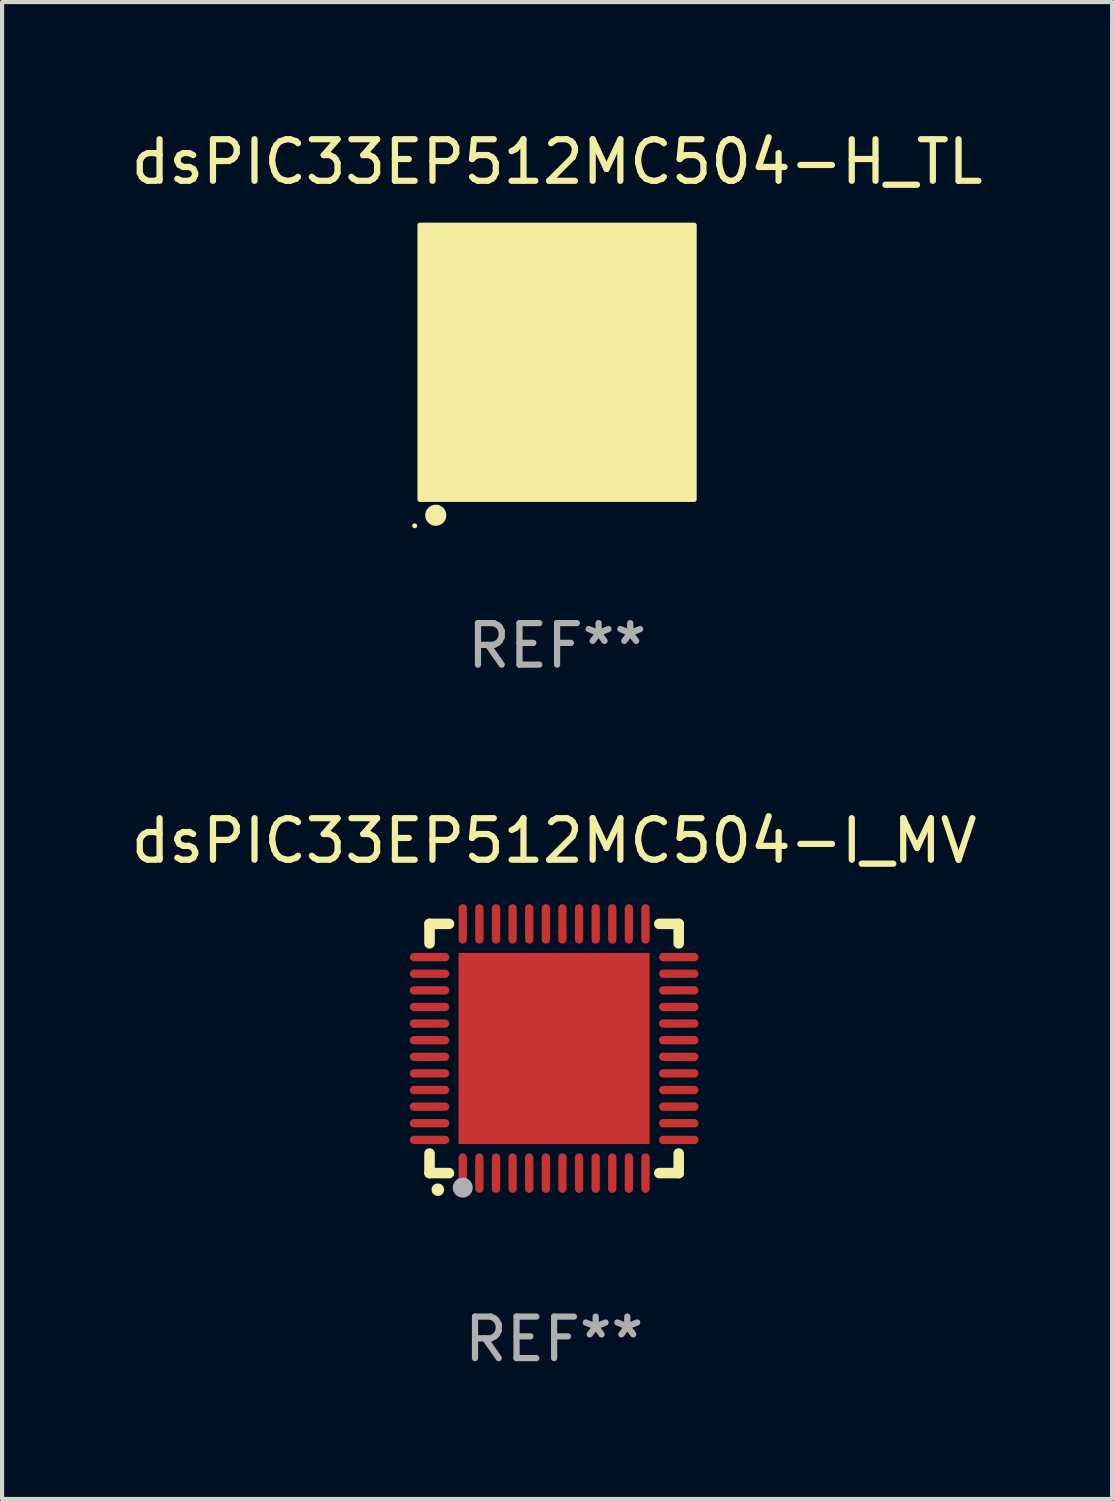
<source format=kicad_pcb>
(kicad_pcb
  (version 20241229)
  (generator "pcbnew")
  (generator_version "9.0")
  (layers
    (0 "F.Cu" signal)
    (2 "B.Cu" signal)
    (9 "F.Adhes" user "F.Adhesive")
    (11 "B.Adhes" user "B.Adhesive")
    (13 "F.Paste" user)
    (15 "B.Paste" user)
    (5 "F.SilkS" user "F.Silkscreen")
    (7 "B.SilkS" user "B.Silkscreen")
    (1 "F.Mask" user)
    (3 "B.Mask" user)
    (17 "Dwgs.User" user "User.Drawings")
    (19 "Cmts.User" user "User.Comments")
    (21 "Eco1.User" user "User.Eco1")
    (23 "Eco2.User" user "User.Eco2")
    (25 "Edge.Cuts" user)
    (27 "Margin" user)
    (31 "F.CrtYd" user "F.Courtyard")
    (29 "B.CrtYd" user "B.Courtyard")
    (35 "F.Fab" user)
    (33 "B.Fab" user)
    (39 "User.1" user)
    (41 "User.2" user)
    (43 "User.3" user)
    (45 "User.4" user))
  (footprint "dsPIC33EP512MC504-I_MV"
    (layer "F.Cu")
    (at 10.292 22.195)
    (property "Reference" "dsPIC33EP512MC504-I_MV" (at 0 -5 0) (layer "F.SilkS") (effects (font (size 1 1) (thickness 0.15))))
    (attr through_hole)
    (fp_line (start -3 -3) (end -2.532 -3) (stroke (width 0.254) (type solid)) (layer "F.SilkS"))
    (fp_line (start -3 -2.532) (end -3 -3) (stroke (width 0.254) (type solid)) (layer "F.SilkS"))
    (fp_line (start -3 3) (end -3 2.529) (stroke (width 0.254) (type solid)) (layer "F.SilkS"))
    (fp_line (start -2.532 3) (end -3 3) (stroke (width 0.254) (type solid)) (layer "F.SilkS"))
    (fp_line (start 2.532 -3) (end 3 -3) (stroke (width 0.254) (type solid)) (layer "F.SilkS"))
    (fp_line (start 3 -3) (end 3 -2.532) (stroke (width 0.254) (type solid)) (layer "F.SilkS"))
    (fp_line (start 3 2.529) (end 3 3) (stroke (width 0.254) (type solid)) (layer "F.SilkS"))
    (fp_line (start 3 3) (end 2.532 3) (stroke (width 0.254) (type solid)) (layer "F.SilkS"))
    (fp_arc (start -2.801295 3.400025) (mid -2.800025 3.40002) (end -2.798755 3.400025) (stroke (width 0.3) (type solid)) (layer "F.SilkS"))
    (fp_circle (center -3 3) (end -2.97 3) (stroke (width 0.06) (type solid)) (fill no) (layer "F.SilkS"))
    (fp_circle (center -2.2 3.35) (end -2.08 3.35) (stroke (width 0.24) (type solid)) (fill no) (layer "F.Fab"))
    (fp_text user "REF**" (at 0 7 0) (layer "F.Fab") (effects (font (size 1 1) (thickness 0.15))))
    (pad "1" smd oval (at -2.2 3) (size 0.2 0.95) (layers "F.Cu" "F.Mask" "F.Paste"))
    (pad "2" smd oval (at -1.8 3) (size 0.2 0.95) (layers "F.Cu" "F.Mask" "F.Paste"))
    (pad "3" smd oval (at -1.4 3) (size 0.2 0.95) (layers "F.Cu" "F.Mask" "F.Paste"))
    (pad "4" smd oval (at -1 3) (size 0.2 0.95) (layers "F.Cu" "F.Mask" "F.Paste"))
    (pad "5" smd oval (at -0.6 3) (size 0.2 0.95) (layers "F.Cu" "F.Mask" "F.Paste"))
    (pad "6" smd oval (at -0.2 3) (size 0.2 0.95) (layers "F.Cu" "F.Mask" "F.Paste"))
    (pad "7" smd oval (at 0.2 3) (size 0.2 0.95) (layers "F.Cu" "F.Mask" "F.Paste"))
    (pad "8" smd oval (at 0.6 3) (size 0.2 0.95) (layers "F.Cu" "F.Mask" "F.Paste"))
    (pad "9" smd oval (at 1 3) (size 0.2 0.95) (layers "F.Cu" "F.Mask" "F.Paste"))
    (pad "10" smd oval (at 1.4 3) (size 0.2 0.95) (layers "F.Cu" "F.Mask" "F.Paste"))
    (pad "11" smd oval (at 1.8 3) (size 0.2 0.95) (layers "F.Cu" "F.Mask" "F.Paste"))
    (pad "12" smd oval (at 2.2 3) (size 0.2 0.95) (layers "F.Cu" "F.Mask" "F.Paste"))
    (pad "13" smd oval (at 3 2.2 90) (size 0.2 0.95) (layers "F.Cu" "F.Mask" "F.Paste"))
    (pad "14" smd oval (at 3 1.8 90) (size 0.2 0.95) (layers "F.Cu" "F.Mask" "F.Paste"))
    (pad "15" smd oval (at 3 1.4 90) (size 0.2 0.95) (layers "F.Cu" "F.Mask" "F.Paste"))
    (pad "16" smd oval (at 3 1 90) (size 0.2 0.95) (layers "F.Cu" "F.Mask" "F.Paste"))
    (pad "17" smd oval (at 3 0.6 90) (size 0.2 0.95) (layers "F.Cu" "F.Mask" "F.Paste"))
    (pad "18" smd oval (at 3 0.2 90) (size 0.2 0.95) (layers "F.Cu" "F.Mask" "F.Paste"))
    (pad "19" smd oval (at 3 -0.2 90) (size 0.2 0.95) (layers "F.Cu" "F.Mask" "F.Paste"))
    (pad "20" smd oval (at 3 -0.6 90) (size 0.2 0.95) (layers "F.Cu" "F.Mask" "F.Paste"))
    (pad "21" smd oval (at 3 -1 90) (size 0.2 0.95) (layers "F.Cu" "F.Mask" "F.Paste"))
    (pad "22" smd oval (at 3 -1.4 90) (size 0.2 0.95) (layers "F.Cu" "F.Mask" "F.Paste"))
    (pad "23" smd oval (at 3 -1.8 90) (size 0.2 0.95) (layers "F.Cu" "F.Mask" "F.Paste"))
    (pad "24" smd oval (at 3 -2.2 90) (size 0.2 0.95) (layers "F.Cu" "F.Mask" "F.Paste"))
    (pad "25" smd oval (at 2.2 -3 180) (size 0.2 0.95) (layers "F.Cu" "F.Mask" "F.Paste"))
    (pad "26" smd oval (at 1.8 -3 180) (size 0.2 0.95) (layers "F.Cu" "F.Mask" "F.Paste"))
    (pad "27" smd oval (at 1.4 -3 180) (size 0.2 0.95) (layers "F.Cu" "F.Mask" "F.Paste"))
    (pad "28" smd oval (at 1 -3 180) (size 0.2 0.95) (layers "F.Cu" "F.Mask" "F.Paste"))
    (pad "29" smd oval (at 0.6 -3 180) (size 0.2 0.95) (layers "F.Cu" "F.Mask" "F.Paste"))
    (pad "30" smd oval (at 0.2 -3 180) (size 0.2 0.95) (layers "F.Cu" "F.Mask" "F.Paste"))
    (pad "31" smd oval (at -0.2 -3 180) (size 0.2 0.95) (layers "F.Cu" "F.Mask" "F.Paste"))
    (pad "32" smd oval (at -0.6 -3 180) (size 0.2 0.95) (layers "F.Cu" "F.Mask" "F.Paste"))
    (pad "33" smd oval (at -1 -3 180) (size 0.2 0.95) (layers "F.Cu" "F.Mask" "F.Paste"))
    (pad "34" smd oval (at -1.4 -3 180) (size 0.2 0.95) (layers "F.Cu" "F.Mask" "F.Paste"))
    (pad "35" smd oval (at -1.8 -3 180) (size 0.2 0.95) (layers "F.Cu" "F.Mask" "F.Paste"))
    (pad "36" smd oval (at -2.2 -3 180) (size 0.2 0.95) (layers "F.Cu" "F.Mask" "F.Paste"))
    (pad "37" smd oval (at -3 -2.2 270) (size 0.2 0.95) (layers "F.Cu" "F.Mask" "F.Paste"))
    (pad "38" smd oval (at -3 -1.8 270) (size 0.2 0.95) (layers "F.Cu" "F.Mask" "F.Paste"))
    (pad "39" smd oval (at -3 -1.4 270) (size 0.2 0.95) (layers "F.Cu" "F.Mask" "F.Paste"))
    (pad "40" smd oval (at -3 -1 270) (size 0.2 0.95) (layers "F.Cu" "F.Mask" "F.Paste"))
    (pad "41" smd oval (at -3 -0.6 270) (size 0.2 0.95) (layers "F.Cu" "F.Mask" "F.Paste"))
    (pad "42" smd oval (at -3 -0.2 270) (size 0.2 0.95) (layers "F.Cu" "F.Mask" "F.Paste"))
    (pad "43" smd oval (at -3 0.2 270) (size 0.2 0.95) (layers "F.Cu" "F.Mask" "F.Paste"))
    (pad "44" smd oval (at -3 0.6 270) (size 0.2 0.95) (layers "F.Cu" "F.Mask" "F.Paste"))
    (pad "45" smd oval (at -3 1 270) (size 0.2 0.95) (layers "F.Cu" "F.Mask" "F.Paste"))
    (pad "46" smd oval (at -3 1.4 270) (size 0.2 0.95) (layers "F.Cu" "F.Mask" "F.Paste"))
    (pad "47" smd oval (at -3 1.8 270) (size 0.2 0.95) (layers "F.Cu" "F.Mask" "F.Paste"))
    (pad "48" smd oval (at -3 2.2 270) (size 0.2 0.95) (layers "F.Cu" "F.Mask" "F.Paste"))
    (pad "49" smd rect (at -0.001 -0.001 180) (size 4.6 4.6) (layers "F.Cu" "F.Mask" "F.Paste")))
  (footprint "dsPIC33EP512MC504-H_TL"
    (layer "F.Cu")
    (at 10.363 5.673)
    (property "Reference" "dsPIC33EP512MC504-H_TL" (at 0 -4.825 0) (layer "F.SilkS") (effects (font (size 1 1) (thickness 0.15))))
    (attr through_hole)
    (fp_circle (center -3.429 3.937) (end -3.399 3.937) (stroke (width 0.06) (type solid)) (fill no) (layer "F.SilkS"))
    (fp_circle (center -2.921 3.683) (end -2.794 3.683) (stroke (width 0.254) (type solid)) (fill no) (layer "F.SilkS"))
    (fp_poly (pts (xy -3.302 -3.302) (xy 3.302 -3.302) (xy 3.302 3.302) (xy -3.302 3.302)) (stroke (width 0.12) (type solid)) (fill yes) (layer "F.SilkS"))
    (fp_text user "REF**" (at 0 6.825 0) (layer "F.Fab") (effects (font (size 1 1) (thickness 0.15))))
    (pad "1" smd rect (at -2.25 2.825) (size 0.3 0.45) (layers "F.Cu" "F.Mask" "F.Paste"))
    (pad "2" smd rect (at -1.75 2.825) (size 0.3 0.45) (layers "F.Cu" "F.Mask" "F.Paste"))
    (pad "3" smd rect (at -1.25 2.825) (size 0.3 0.45) (layers "F.Cu" "F.Mask" "F.Paste"))
    (pad "4" smd rect (at -0.75 2.825) (size 0.3 0.45) (layers "F.Cu" "F.Mask" "F.Paste"))
    (pad "5" smd rect (at -0.25 2.825) (size 0.3 0.45) (layers "F.Cu" "F.Mask" "F.Paste"))
    (pad "6" smd rect (at 0.25 2.825) (size 0.3 0.45) (layers "F.Cu" "F.Mask" "F.Paste"))
    (pad "7" smd rect (at 0.75 2.825) (size 0.3 0.45) (layers "F.Cu" "F.Mask" "F.Paste"))
    (pad "8" smd rect (at 1.25 2.825) (size 0.3 0.45) (layers "F.Cu" "F.Mask" "F.Paste"))
    (pad "9" smd rect (at 1.75 2.825) (size 0.3 0.45) (layers "F.Cu" "F.Mask" "F.Paste"))
    (pad "10" smd rect (at 2.25 2.825) (size 0.3 0.45) (layers "F.Cu" "F.Mask" "F.Paste"))
    (pad "11" smd rect (at 2.825 2.825 90) (size 0.45 0.45) (layers "F.Cu" "F.Mask" "F.Paste"))
    (pad "12" smd rect (at 2.825 2.25 90) (size 0.3 0.45) (layers "F.Cu" "F.Mask" "F.Paste"))
    (pad "13" smd rect (at 2.825 1.75 90) (size 0.3 0.45) (layers "F.Cu" "F.Mask" "F.Paste"))
    (pad "14" smd rect (at 2.825 1.25 90) (size 0.3 0.45) (layers "F.Cu" "F.Mask" "F.Paste"))
    (pad "15" smd rect (at 2.825 0.75 90) (size 0.3 0.45) (layers "F.Cu" "F.Mask" "F.Paste"))
    (pad "16" smd rect (at 2.825 0.25 90) (size 0.3 0.45) (layers "F.Cu" "F.Mask" "F.Paste"))
    (pad "17" smd rect (at 2.825 -0.25 90) (size 0.3 0.45) (layers "F.Cu" "F.Mask" "F.Paste"))
    (pad "18" smd rect (at 2.825 -0.75 90) (size 0.3 0.45) (layers "F.Cu" "F.Mask" "F.Paste"))
    (pad "19" smd rect (at 2.825 -1.25 90) (size 0.3 0.45) (layers "F.Cu" "F.Mask" "F.Paste"))
    (pad "20" smd rect (at 2.825 -1.75 90) (size 0.3 0.45) (layers "F.Cu" "F.Mask" "F.Paste"))
    (pad "21" smd rect (at 2.825 -2.25 90) (size 0.3 0.45) (layers "F.Cu" "F.Mask" "F.Paste"))
    (pad "22" smd rect (at 2.825 -2.825 90) (size 0.45 0.45) (layers "F.Cu" "F.Mask" "F.Paste"))
    (pad "23" smd rect (at 2.25 -2.825) (size 0.3 0.45) (layers "F.Cu" "F.Mask" "F.Paste"))
    (pad "24" smd rect (at 1.75 -2.825) (size 0.3 0.45) (layers "F.Cu" "F.Mask" "F.Paste"))
    (pad "25" smd rect (at 1.25 -2.825) (size 0.3 0.45) (layers "F.Cu" "F.Mask" "F.Paste"))
    (pad "26" smd rect (at 0.75 -2.825) (size 0.3 0.45) (layers "F.Cu" "F.Mask" "F.Paste"))
    (pad "27" smd rect (at 0.25 -2.825) (size 0.3 0.45) (layers "F.Cu" "F.Mask" "F.Paste"))
    (pad "28" smd rect (at -0.25 -2.825) (size 0.3 0.45) (layers "F.Cu" "F.Mask" "F.Paste"))
    (pad "29" smd rect (at -0.75 -2.825) (size 0.3 0.45) (layers "F.Cu" "F.Mask" "F.Paste"))
    (pad "30" smd rect (at -1.25 -2.825) (size 0.3 0.45) (layers "F.Cu" "F.Mask" "F.Paste"))
    (pad "31" smd rect (at -1.75 -2.825) (size 0.3 0.45) (layers "F.Cu" "F.Mask" "F.Paste"))
    (pad "32" smd rect (at -2.25 -2.825) (size 0.3 0.45) (layers "F.Cu" "F.Mask" "F.Paste"))
    (pad "33" smd rect (at -2.825 -2.825 90) (size 0.45 0.45) (layers "F.Cu" "F.Mask" "F.Paste"))
    (pad "34" smd rect (at -2.825 -2.25 90) (size 0.3 0.45) (layers "F.Cu" "F.Mask" "F.Paste"))
    (pad "35" smd rect (at -2.825 -1.75 90) (size 0.3 0.45) (layers "F.Cu" "F.Mask" "F.Paste"))
    (pad "36" smd rect (at -2.825 -1.25 90) (size 0.3 0.45) (layers "F.Cu" "F.Mask" "F.Paste"))
    (pad "37" smd rect (at -2.825 -0.75 90) (size 0.3 0.45) (layers "F.Cu" "F.Mask" "F.Paste"))
    (pad "38" smd rect (at -2.825 -0.25 90) (size 0.3 0.45) (layers "F.Cu" "F.Mask" "F.Paste"))
    (pad "39" smd rect (at -2.825 0.25 90) (size 0.3 0.45) (layers "F.Cu" "F.Mask" "F.Paste"))
    (pad "40" smd rect (at -2.825 0.75 90) (size 0.3 0.45) (layers "F.Cu" "F.Mask" "F.Paste"))
    (pad "41" smd rect (at -2.825 1.25 90) (size 0.3 0.45) (layers "F.Cu" "F.Mask" "F.Paste"))
    (pad "42" smd rect (at -2.825 1.75 90) (size 0.3 0.45) (layers "F.Cu" "F.Mask" "F.Paste"))
    (pad "43" smd rect (at -2.825 2.25 90) (size 0.3 0.45) (layers "F.Cu" "F.Mask" "F.Paste"))
    (pad "44" smd rect (at -2.825 2.825 90) (size 0.45 0.45) (layers "F.Cu" "F.Mask" "F.Paste"))
    (pad "45" smd rect (at 0 0 90) (size 4.6 4.6) (layers "F.Cu" "F.Mask" "F.Paste")))
  (gr_rect
    (start -3 -3)
    (end 23.726 33.043)
    (stroke (width 0.1) (type default))
    (fill no)
    (layer "Edge.Cuts")))
</source>
